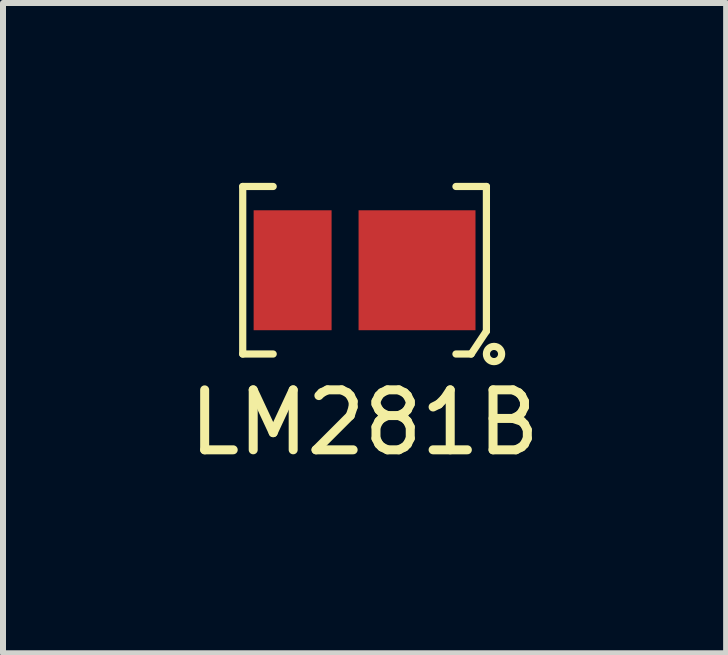
<source format=kicad_pcb>
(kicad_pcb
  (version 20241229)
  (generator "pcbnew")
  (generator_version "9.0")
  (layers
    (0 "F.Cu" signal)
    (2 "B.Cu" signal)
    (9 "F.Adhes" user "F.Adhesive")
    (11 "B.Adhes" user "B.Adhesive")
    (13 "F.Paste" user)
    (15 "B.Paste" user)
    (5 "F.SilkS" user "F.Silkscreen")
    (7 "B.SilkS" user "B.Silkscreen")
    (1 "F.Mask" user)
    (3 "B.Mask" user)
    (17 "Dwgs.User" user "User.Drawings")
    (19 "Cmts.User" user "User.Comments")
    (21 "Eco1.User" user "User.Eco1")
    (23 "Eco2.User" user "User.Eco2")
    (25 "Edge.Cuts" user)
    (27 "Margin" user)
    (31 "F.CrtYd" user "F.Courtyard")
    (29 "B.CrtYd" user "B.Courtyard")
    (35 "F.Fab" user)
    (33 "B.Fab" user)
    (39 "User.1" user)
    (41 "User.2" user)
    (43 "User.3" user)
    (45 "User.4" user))
  (footprint "LM281B"
    (layer "F.Cu")
    (at 3.03 1.457)
    (property "Reference" "LM281B" (at 0 2.54 0) (unlocked yes) (layer "F.SilkS") (effects (font (size 1 1) (thickness 0.15))))
    (attr smd)
    (fp_line (start -2.032 -1.397) (end -2.032 1.397) (stroke (width 0.12) (type solid)) (layer "F.SilkS"))
    (fp_line (start -2.032 1.397) (end -1.524 1.397) (stroke (width 0.12) (type solid)) (layer "F.SilkS"))
    (fp_line (start -1.524 -1.397) (end -2.032 -1.397) (stroke (width 0.12) (type solid)) (layer "F.SilkS"))
    (fp_line (start 1.524 -1.397) (end 2.032 -1.397) (stroke (width 0.12) (type solid)) (layer "F.SilkS"))
    (fp_line (start 1.778 1.397) (end 1.524 1.397) (stroke (width 0.12) (type solid)) (layer "F.SilkS"))
    (fp_line (start 2.032 -1.397) (end 2.032 1.016) (stroke (width 0.12) (type solid)) (layer "F.SilkS"))
    (fp_line (start 2.032 1.016) (end 1.778 1.397) (stroke (width 0.12) (type solid)) (layer "F.SilkS"))
    (fp_circle (center 2.159 1.397) (end 2.286 1.397) (stroke (width 0.12) (type solid)) (fill no) (layer "F.SilkS"))
    (pad "1" smd rect (at -1.2 0) (size 1.3 2) (layers "F.Cu" "F.Mask" "F.Paste"))
    (pad "2" smd rect (at 0.875 0) (size 1.95 2) (layers "F.Cu" "F.Mask" "F.Paste")))
  (gr_rect
    (start -3 -3)
    (end 9.06 7.845)
    (stroke (width 0.1) (type default))
    (fill no)
    (layer "Edge.Cuts")))
</source>
